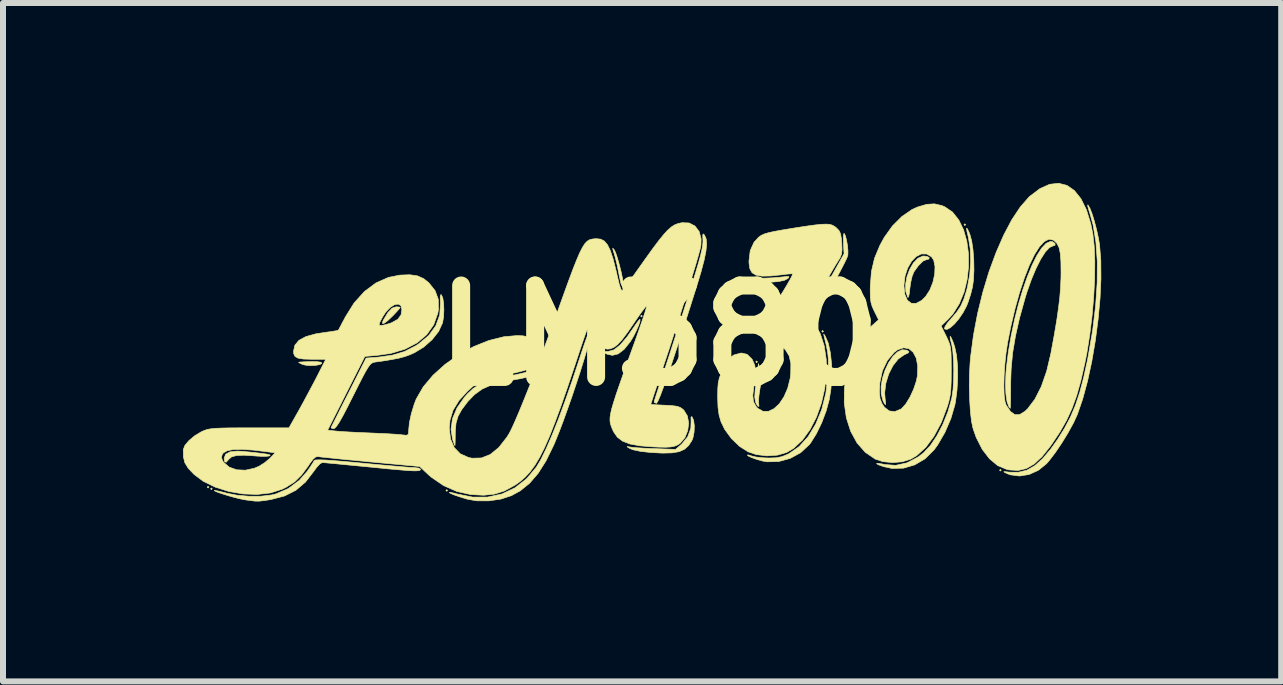
<source format=kicad_pcb>
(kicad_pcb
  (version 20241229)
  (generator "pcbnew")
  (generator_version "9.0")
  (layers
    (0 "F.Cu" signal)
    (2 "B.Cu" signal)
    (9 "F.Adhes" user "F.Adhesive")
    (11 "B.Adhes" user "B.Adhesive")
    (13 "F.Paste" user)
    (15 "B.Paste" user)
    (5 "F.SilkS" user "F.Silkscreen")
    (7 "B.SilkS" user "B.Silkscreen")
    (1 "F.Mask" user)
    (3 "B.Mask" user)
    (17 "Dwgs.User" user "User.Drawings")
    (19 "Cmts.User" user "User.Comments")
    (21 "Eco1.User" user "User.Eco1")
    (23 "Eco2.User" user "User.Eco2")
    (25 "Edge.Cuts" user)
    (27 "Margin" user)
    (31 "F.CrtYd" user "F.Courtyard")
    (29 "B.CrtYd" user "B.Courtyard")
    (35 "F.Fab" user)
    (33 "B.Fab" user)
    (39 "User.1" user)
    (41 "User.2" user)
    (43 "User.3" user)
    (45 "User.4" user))
  (footprint "LM380"
    (layer "F.Cu")
    (at 7.939 2.544)
    (property "Reference" "LM380" (at 0 0 0) (layer "F.SilkS") (effects (font (size 1.524 1.524) (thickness 0.3))))
    (attr through_hole)
    (fp_poly (pts (xy -7.507 2.526) (xy -7.521 2.54) (xy -7.535 2.526) (xy -7.521 2.512) (xy -7.507 2.526)) (stroke (width 0.01) (type solid)) (fill yes) (layer "F.SilkS"))
    (fp_poly (pts (xy -7.451 2.554) (xy -7.465 2.568) (xy -7.479 2.554) (xy -7.465 2.54) (xy -7.451 2.554)) (stroke (width 0.01) (type solid)) (fill yes) (layer "F.SilkS"))
    (fp_poly (pts (xy -3.528 2.582) (xy -3.542 2.596) (xy -3.556 2.582) (xy -3.542 2.568) (xy -3.528 2.582)) (stroke (width 0.01) (type solid)) (fill yes) (layer "F.SilkS"))
    (fp_poly (pts (xy -0.282 -0.325) (xy -0.296 -0.31) (xy -0.31 -0.325) (xy -0.296 -0.339) (xy -0.282 -0.325)) (stroke (width 0.01) (type solid)) (fill yes) (layer "F.SilkS"))
    (fp_poly (pts (xy 1.637 0.437) (xy 1.623 0.452) (xy 1.609 0.437) (xy 1.623 0.423) (xy 1.637 0.437)) (stroke (width 0.01) (type solid)) (fill yes) (layer "F.SilkS"))
    (fp_poly (pts (xy 2.738 -0.071) (xy 2.723 -0.056) (xy 2.709 -0.071) (xy 2.723 -0.085) (xy 2.738 -0.071)) (stroke (width 0.01) (type solid)) (fill yes) (layer "F.SilkS"))
    (fp_poly (pts (xy 5.108 -1.849) (xy 5.094 -1.834) (xy 5.08 -1.849) (xy 5.094 -1.863) (xy 5.108 -1.849)) (stroke (width 0.01) (type solid)) (fill yes) (layer "F.SilkS"))
    (fp_poly (pts (xy 5.701 2.244) (xy 5.687 2.258) (xy 5.673 2.244) (xy 5.687 2.23) (xy 5.701 2.244)) (stroke (width 0.01) (type solid)) (fill yes) (layer "F.SilkS"))
    (fp_poly (pts (xy -1.98 0.181) (xy -1.95 0.207) (xy -1.947 0.213) (xy -1.961 0.225) (xy -1.989 0.199) (xy -1.992 0.193) (xy -1.996 0.174) (xy -1.98 0.181)) (stroke (width 0.01) (type solid)) (fill yes) (layer "F.SilkS"))
    (fp_poly (pts (xy -4.334 -0.476) (xy -4.318 -0.468) (xy -4.336 -0.444) (xy -4.383 -0.391) (xy -4.444 -0.327) (xy -4.526 -0.249) (xy -4.584 -0.206) (xy -4.613 -0.2) (xy -4.61 -0.233) (xy -4.597 -0.261) (xy -4.522 -0.385) (xy -4.453 -0.457) (xy -4.387 -0.48) (xy -4.334 -0.476)) (stroke (width 0.01) (type solid)) (fill yes) (layer "F.SilkS"))
    (fp_poly (pts (xy -5.699 0.435) (xy -5.637 0.444) (xy -5.624 0.462) (xy -5.657 0.483) (xy -5.727 0.496) (xy -5.813 0.5) (xy -5.897 0.493) (xy -5.948 0.48) (xy -5.996 0.457) (xy -6.011 0.445) (xy -5.985 0.441) (xy -5.917 0.437) (xy -5.821 0.434) (xy -5.812 0.433) (xy -5.699 0.435)) (stroke (width 0.01) (type solid)) (fill yes) (layer "F.SilkS"))
    (fp_poly (pts (xy 2.162 -0.983) (xy 2.157 -0.966) (xy 2.145 -0.952) (xy 2.085 -0.921) (xy 1.988 -0.901) (xy 1.876 -0.891) (xy 1.768 -0.896) (xy 1.684 -0.915) (xy 1.679 -0.917) (xy 1.634 -0.938) (xy 1.625 -0.95) (xy 1.66 -0.955) (xy 1.745 -0.957) (xy 1.753 -0.957) (xy 1.874 -0.962) (xy 2 -0.972) (xy 2.049 -0.977) (xy 2.129 -0.986) (xy 2.162 -0.983)) (stroke (width 0.01) (type solid)) (fill yes) (layer "F.SilkS"))
    (fp_poly (pts (xy 1.685 0.573) (xy 1.702 0.653) (xy 1.701 0.743) (xy 1.683 0.864) (xy 1.68 0.878) (xy 1.664 0.985) (xy 1.655 1.075) (xy 1.657 1.13) (xy 1.657 1.13) (xy 1.663 1.177) (xy 1.647 1.18) (xy 1.621 1.143) (xy 1.606 1.109) (xy 1.592 1.024) (xy 1.6 0.899) (xy 1.608 0.848) (xy 1.625 0.734) (xy 1.639 0.627) (xy 1.645 0.564) (xy 1.653 0.466) (xy 1.685 0.573)) (stroke (width 0.01) (type solid)) (fill yes) (layer "F.SilkS"))
    (fp_poly (pts (xy -0.756 -1.438) (xy -0.749 -1.428) (xy -0.727 -1.382) (xy -0.699 -1.3) (xy -0.669 -1.195) (xy -0.64 -1.083) (xy -0.617 -0.976) (xy -0.601 -0.89) (xy -0.598 -0.838) (xy -0.6 -0.83) (xy -0.625 -0.833) (xy -0.628 -0.838) (xy -0.64 -0.875) (xy -0.657 -0.952) (xy -0.677 -1.052) (xy -0.678 -1.058) (xy -0.702 -1.178) (xy -0.73 -1.292) (xy -0.752 -1.369) (xy -0.773 -1.436) (xy -0.775 -1.456) (xy -0.756 -1.438)) (stroke (width 0.01) (type solid)) (fill yes) (layer "F.SilkS"))
    (fp_poly (pts (xy -6.929 1.931) (xy -6.753 1.949) (xy -6.627 1.964) (xy -6.545 1.975) (xy -6.5 1.985) (xy -6.485 1.995) (xy -6.494 2.005) (xy -6.54 2.012) (xy -6.625 2.013) (xy -6.731 2.007) (xy -6.748 2.005) (xy -6.921 1.994) (xy -7.046 1.999) (xy -7.129 2.022) (xy -7.177 2.063) (xy -7.177 2.064) (xy -7.218 2.111) (xy -7.244 2.103) (xy -7.253 2.045) (xy -7.228 1.978) (xy -7.154 1.938) (xy -7.031 1.925) (xy -6.929 1.931)) (stroke (width 0.01) (type solid)) (fill yes) (layer "F.SilkS"))
    (fp_poly (pts (xy -0.32 -0.272) (xy -0.321 -0.239) (xy -0.343 -0.171) (xy -0.381 -0.083) (xy -0.427 0.009) (xy -0.476 0.091) (xy -0.481 0.099) (xy -0.585 0.229) (xy -0.684 0.305) (xy -0.782 0.329) (xy -0.868 0.31) (xy -0.921 0.284) (xy -0.92 0.269) (xy -0.865 0.264) (xy -0.846 0.263) (xy -0.754 0.237) (xy -0.652 0.157) (xy -0.537 0.023) (xy -0.447 -0.106) (xy -0.39 -0.189) (xy -0.346 -0.249) (xy -0.321 -0.273) (xy -0.32 -0.272)) (stroke (width 0.01) (type solid)) (fill yes) (layer "F.SilkS"))
    (fp_poly (pts (xy 4.473 -1.316) (xy 4.501 -1.298) (xy 4.494 -1.275) (xy 4.466 -1.27) (xy 4.4 -1.244) (xy 4.321 -1.167) (xy 4.246 -1.063) (xy 4.215 -0.987) (xy 4.19 -0.878) (xy 4.179 -0.795) (xy 4.169 -0.705) (xy 4.157 -0.648) (xy 4.145 -0.634) (xy 4.145 -0.635) (xy 4.11 -0.733) (xy 4.106 -0.852) (xy 4.129 -0.979) (xy 4.174 -1.103) (xy 4.236 -1.21) (xy 4.311 -1.288) (xy 4.393 -1.325) (xy 4.412 -1.326) (xy 4.473 -1.316)) (stroke (width 0.01) (type solid)) (fill yes) (layer "F.SilkS"))
    (fp_poly (pts (xy 4.126 0.243) (xy 4.138 0.249) (xy 4.164 0.269) (xy 4.15 0.289) (xy 4.09 0.318) (xy 4.084 0.32) (xy 3.985 0.389) (xy 3.896 0.501) (xy 3.825 0.641) (xy 3.777 0.796) (xy 3.758 0.952) (xy 3.765 1.049) (xy 3.775 1.128) (xy 3.77 1.153) (xy 3.749 1.125) (xy 3.73 1.085) (xy 3.7 0.974) (xy 3.698 0.846) (xy 3.721 0.711) (xy 3.764 0.577) (xy 3.822 0.454) (xy 3.892 0.35) (xy 3.969 0.275) (xy 4.048 0.236) (xy 4.126 0.243)) (stroke (width 0.01) (type solid)) (fill yes) (layer "F.SilkS"))
    (fp_poly (pts (xy 0.546 1.353) (xy 0.573 1.412) (xy 0.585 1.504) (xy 0.581 1.609) (xy 0.562 1.705) (xy 0.545 1.748) (xy 0.489 1.834) (xy 0.421 1.895) (xy 0.331 1.935) (xy 0.212 1.955) (xy 0.054 1.959) (xy -0.141 1.949) (xy -0.311 1.93) (xy -0.435 1.904) (xy -0.494 1.88) (xy -0.535 1.854) (xy -0.532 1.848) (xy -0.522 1.851) (xy -0.473 1.86) (xy -0.381 1.869) (xy -0.258 1.877) (xy -0.116 1.884) (xy -0.096 1.884) (xy 0.273 1.897) (xy 0.375 1.808) (xy 0.475 1.686) (xy 0.527 1.544) (xy 0.531 1.423) (xy 0.529 1.362) (xy 0.542 1.35) (xy 0.546 1.353)) (stroke (width 0.01) (type solid)) (fill yes) (layer "F.SilkS"))
    (fp_poly (pts (xy 3.102 -1.667) (xy 3.122 -1.592) (xy 3.138 -1.5) (xy 3.146 -1.41) (xy 3.144 -1.341) (xy 3.142 -1.332) (xy 3.123 -1.283) (xy 3.08 -1.195) (xy 3.019 -1.077) (xy 2.945 -0.939) (xy 2.878 -0.818) (xy 2.797 -0.673) (xy 2.724 -0.543) (xy 2.664 -0.435) (xy 2.623 -0.361) (xy 2.606 -0.33) (xy 2.579 -0.296) (xy 2.55 -0.312) (xy 2.547 -0.316) (xy 2.542 -0.341) (xy 2.555 -0.389) (xy 2.587 -0.465) (xy 2.642 -0.575) (xy 2.722 -0.723) (xy 2.798 -0.859) (xy 3.081 -1.365) (xy 3.071 -1.54) (xy 3.069 -1.629) (xy 3.073 -1.688) (xy 3.081 -1.705) (xy 3.102 -1.667)) (stroke (width 0.01) (type solid)) (fill yes) (layer "F.SilkS"))
    (fp_poly (pts (xy 5.132 -1.787) (xy 5.16 -1.732) (xy 5.178 -1.687) (xy 5.208 -1.579) (xy 5.23 -1.432) (xy 5.243 -1.264) (xy 5.246 -1.09) (xy 5.238 -0.929) (xy 5.223 -0.816) (xy 5.192 -0.691) (xy 5.15 -0.562) (xy 5.124 -0.495) (xy 5.066 -0.385) (xy 4.997 -0.283) (xy 4.924 -0.196) (xy 4.854 -0.133) (xy 4.796 -0.102) (xy 4.758 -0.11) (xy 4.755 -0.114) (xy 4.763 -0.148) (xy 4.803 -0.209) (xy 4.863 -0.279) (xy 4.956 -0.387) (xy 5.024 -0.488) (xy 5.076 -0.603) (xy 5.122 -0.748) (xy 5.138 -0.81) (xy 5.176 -1.018) (xy 5.191 -1.24) (xy 5.183 -1.455) (xy 5.153 -1.638) (xy 5.129 -1.74) (xy 5.122 -1.79) (xy 5.132 -1.787)) (stroke (width 0.01) (type solid)) (fill yes) (layer "F.SilkS"))
    (fp_poly (pts (xy 6.556 -1.565) (xy 6.597 -1.536) (xy 6.599 -1.507) (xy 6.567 -1.496) (xy 6.506 -1.469) (xy 6.436 -1.394) (xy 6.36 -1.276) (xy 6.282 -1.121) (xy 6.204 -0.936) (xy 6.13 -0.727) (xy 6.1 -0.63) (xy 6.006 -0.293) (xy 5.938 0.009) (xy 5.891 0.288) (xy 5.866 0.558) (xy 5.858 0.797) (xy 5.857 0.943) (xy 5.856 1.067) (xy 5.854 1.158) (xy 5.852 1.208) (xy 5.851 1.213) (xy 5.834 1.194) (xy 5.829 1.187) (xy 5.798 1.103) (xy 5.779 0.975) (xy 5.772 0.815) (xy 5.779 0.634) (xy 5.786 0.545) (xy 5.82 0.271) (xy 5.867 -0.002) (xy 5.924 -0.27) (xy 5.989 -0.526) (xy 6.061 -0.766) (xy 6.137 -0.984) (xy 6.216 -1.176) (xy 6.295 -1.335) (xy 6.374 -1.458) (xy 6.449 -1.537) (xy 6.519 -1.569) (xy 6.556 -1.565)) (stroke (width 0.01) (type solid)) (fill yes) (layer "F.SilkS"))
    (fp_poly (pts (xy -2.103 0.585) (xy -2.128 0.636) (xy -2.131 0.64) (xy -2.169 0.675) (xy -2.237 0.701) (xy -2.345 0.724) (xy -2.391 0.731) (xy -2.621 0.773) (xy -2.806 0.825) (xy -2.956 0.894) (xy -3.08 0.984) (xy -3.191 1.099) (xy -3.196 1.106) (xy -3.293 1.235) (xy -3.354 1.346) (xy -3.387 1.457) (xy -3.399 1.589) (xy -3.4 1.63) (xy -3.401 1.729) (xy -3.403 1.802) (xy -3.405 1.834) (xy -3.406 1.834) (xy -3.417 1.811) (xy -3.438 1.751) (xy -3.444 1.732) (xy -3.471 1.563) (xy -3.446 1.384) (xy -3.37 1.204) (xy -3.247 1.027) (xy -3.188 0.962) (xy -3.104 0.884) (xy -3.013 0.823) (xy -2.904 0.774) (xy -2.765 0.731) (xy -2.586 0.691) (xy -2.512 0.677) (xy -2.38 0.65) (xy -2.268 0.624) (xy -2.187 0.601) (xy -2.151 0.586) (xy -2.112 0.566) (xy -2.103 0.585)) (stroke (width 0.01) (type solid)) (fill yes) (layer "F.SilkS"))
    (fp_poly (pts (xy 0.748 -1.683) (xy 0.755 -1.674) (xy 0.782 -1.614) (xy 0.79 -1.528) (xy 0.779 -1.41) (xy 0.748 -1.256) (xy 0.696 -1.06) (xy 0.634 -0.854) (xy 0.514 -0.473) (xy 0.403 -0.127) (xy 0.302 0.182) (xy 0.213 0.452) (xy 0.135 0.68) (xy 0.069 0.864) (xy 0.017 1.002) (xy -0.021 1.09) (xy -0.044 1.128) (xy -0.047 1.129) (xy -0.081 1.116) (xy -0.085 1.107) (xy -0.076 1.073) (xy -0.052 0.996) (xy -0.017 0.887) (xy 0.027 0.755) (xy 0.044 0.704) (xy 0.085 0.581) (xy 0.14 0.413) (xy 0.205 0.213) (xy 0.277 -0.01) (xy 0.353 -0.245) (xy 0.429 -0.482) (xy 0.455 -0.564) (xy 0.536 -0.821) (xy 0.6 -1.029) (xy 0.65 -1.196) (xy 0.686 -1.326) (xy 0.71 -1.426) (xy 0.724 -1.502) (xy 0.729 -1.559) (xy 0.729 -1.588) (xy 0.725 -1.665) (xy 0.731 -1.695) (xy 0.748 -1.683)) (stroke (width 0.01) (type solid)) (fill yes) (layer "F.SilkS"))
    (fp_poly (pts (xy 4.872 0.045) (xy 4.901 0.115) (xy 4.926 0.19) (xy 4.956 0.331) (xy 4.973 0.51) (xy 4.975 0.71) (xy 4.963 0.915) (xy 4.938 1.107) (xy 4.928 1.156) (xy 4.861 1.385) (xy 4.762 1.615) (xy 4.641 1.823) (xy 4.581 1.905) (xy 4.432 2.053) (xy 4.259 2.155) (xy 4.071 2.21) (xy 3.878 2.214) (xy 3.744 2.185) (xy 3.655 2.154) (xy 3.622 2.134) (xy 3.643 2.129) (xy 3.717 2.14) (xy 3.754 2.149) (xy 3.941 2.163) (xy 4.128 2.122) (xy 4.313 2.025) (xy 4.404 1.956) (xy 4.517 1.836) (xy 4.627 1.672) (xy 4.728 1.479) (xy 4.812 1.269) (xy 4.873 1.056) (xy 4.88 1.022) (xy 4.898 0.897) (xy 4.907 0.743) (xy 4.91 0.574) (xy 4.905 0.407) (xy 4.894 0.26) (xy 4.876 0.149) (xy 4.871 0.132) (xy 4.852 0.059) (xy 4.848 0.017) (xy 4.853 0.013) (xy 4.872 0.045)) (stroke (width 0.01) (type solid)) (fill yes) (layer "F.SilkS"))
    (fp_poly (pts (xy 2.752 -0.014) (xy 2.768 0.011) (xy 2.818 0.128) (xy 2.853 0.288) (xy 2.873 0.476) (xy 2.876 0.68) (xy 2.862 0.889) (xy 2.834 1.067) (xy 2.782 1.258) (xy 2.708 1.454) (xy 2.619 1.637) (xy 2.525 1.788) (xy 2.501 1.818) (xy 2.357 1.952) (xy 2.183 2.047) (xy 1.993 2.099) (xy 1.799 2.104) (xy 1.722 2.091) (xy 1.628 2.065) (xy 1.544 2.035) (xy 1.485 2.008) (xy 1.468 1.991) (xy 1.49 1.99) (xy 1.544 2.008) (xy 1.545 2.008) (xy 1.613 2.024) (xy 1.715 2.036) (xy 1.82 2.041) (xy 1.947 2.037) (xy 2.044 2.018) (xy 2.139 1.98) (xy 2.161 1.969) (xy 2.332 1.85) (xy 2.482 1.684) (xy 2.608 1.476) (xy 2.708 1.234) (xy 2.777 0.963) (xy 2.813 0.669) (xy 2.815 0.644) (xy 2.82 0.501) (xy 2.819 0.388) (xy 2.808 0.284) (xy 2.786 0.167) (xy 2.75 0.018) (xy 2.749 0.014) (xy 2.741 -0.025) (xy 2.752 -0.014)) (stroke (width 0.01) (type solid)) (fill yes) (layer "F.SilkS"))
    (fp_poly (pts (xy -1.137 -0.087) (xy -1.135 -0.071) (xy -1.142 -0.011) (xy -1.166 0.093) (xy -1.205 0.235) (xy -1.256 0.406) (xy -1.316 0.599) (xy -1.384 0.805) (xy -1.455 1.017) (xy -1.529 1.227) (xy -1.601 1.427) (xy -1.67 1.609) (xy -1.733 1.765) (xy -1.759 1.826) (xy -1.886 2.086) (xy -2.018 2.295) (xy -2.16 2.46) (xy -2.316 2.587) (xy -2.464 2.668) (xy -2.641 2.726) (xy -2.843 2.755) (xy -3.046 2.754) (xy -3.203 2.726) (xy -3.332 2.686) (xy -3.43 2.652) (xy -3.488 2.626) (xy -3.5 2.614) (xy -3.475 2.614) (xy -3.415 2.628) (xy -3.376 2.639) (xy -3.112 2.692) (xy -2.86 2.692) (xy -2.622 2.64) (xy -2.404 2.537) (xy -2.209 2.384) (xy -2.049 2.193) (xy -1.973 2.066) (xy -1.886 1.888) (xy -1.788 1.663) (xy -1.681 1.394) (xy -1.568 1.087) (xy -1.448 0.744) (xy -1.378 0.533) (xy -1.307 0.318) (xy -1.252 0.153) (xy -1.209 0.033) (xy -1.178 -0.046) (xy -1.157 -0.09) (xy -1.144 -0.102) (xy -1.137 -0.087)) (stroke (width 0.01) (type solid)) (fill yes) (layer "F.SilkS"))
    (fp_poly (pts (xy -3.631 -0.679) (xy -3.608 -0.627) (xy -3.594 -0.537) (xy -3.59 -0.427) (xy -3.595 -0.314) (xy -3.611 -0.216) (xy -3.613 -0.21) (xy -3.677 -0.07) (xy -3.785 0.067) (xy -3.925 0.191) (xy -4.076 0.283) (xy -4.158 0.32) (xy -4.241 0.35) (xy -4.339 0.376) (xy -4.463 0.4) (xy -4.624 0.426) (xy -4.735 0.441) (xy -4.766 0.448) (xy -4.794 0.461) (xy -4.823 0.488) (xy -4.857 0.536) (xy -4.9 0.609) (xy -4.957 0.716) (xy -5.031 0.862) (xy -5.102 1.003) (xy -5.199 1.196) (xy -5.275 1.341) (xy -5.334 1.445) (xy -5.378 1.511) (xy -5.41 1.545) (xy -5.428 1.552) (xy -5.466 1.543) (xy -5.47 1.531) (xy -5.455 1.501) (xy -5.418 1.428) (xy -5.363 1.319) (xy -5.295 1.182) (xy -5.215 1.025) (xy -5.173 0.943) (xy -4.886 0.375) (xy -4.68 0.359) (xy -4.447 0.326) (xy -4.247 0.266) (xy -4.063 0.172) (xy -4.014 0.141) (xy -3.843 -0.001) (xy -3.725 -0.163) (xy -3.659 -0.343) (xy -3.646 -0.542) (xy -3.647 -0.554) (xy -3.651 -0.646) (xy -3.642 -0.683) (xy -3.631 -0.679)) (stroke (width 0.01) (type solid)) (fill yes) (layer "F.SilkS"))
    (fp_poly (pts (xy 7.146 -2.178) (xy 7.178 -2.126) (xy 7.215 -2.031) (xy 7.253 -1.907) (xy 7.29 -1.767) (xy 7.321 -1.625) (xy 7.34 -1.51) (xy 7.361 -1.25) (xy 7.363 -0.949) (xy 7.348 -0.619) (xy 7.316 -0.272) (xy 7.27 0.081) (xy 7.211 0.427) (xy 7.14 0.757) (xy 7.059 1.056) (xy 6.97 1.315) (xy 6.97 1.315) (xy 6.905 1.456) (xy 6.815 1.62) (xy 6.711 1.79) (xy 6.602 1.951) (xy 6.5 2.085) (xy 6.453 2.138) (xy 6.319 2.246) (xy 6.166 2.315) (xy 6.006 2.341) (xy 5.853 2.321) (xy 5.8 2.301) (xy 5.751 2.277) (xy 5.744 2.268) (xy 5.785 2.27) (xy 5.842 2.277) (xy 5.99 2.278) (xy 6.128 2.244) (xy 6.26 2.169) (xy 6.392 2.051) (xy 6.531 1.885) (xy 6.642 1.728) (xy 6.757 1.543) (xy 6.854 1.359) (xy 6.937 1.164) (xy 7.009 0.948) (xy 7.075 0.699) (xy 7.139 0.407) (xy 7.15 0.348) (xy 7.224 -0.081) (xy 7.274 -0.493) (xy 7.3 -0.88) (xy 7.302 -1.238) (xy 7.279 -1.56) (xy 7.233 -1.842) (xy 7.187 -2.008) (xy 7.159 -2.098) (xy 7.143 -2.159) (xy 7.144 -2.18) (xy 7.146 -2.178)) (stroke (width 0.01) (type solid)) (fill yes) (layer "F.SilkS"))
    (fp_poly (pts (xy -5.548 2.075) (xy -5.388 2.087) (xy -5.178 2.105) (xy -4.951 2.126) (xy -4.742 2.146) (xy -4.546 2.164) (xy -4.373 2.179) (xy -4.232 2.191) (xy -4.129 2.199) (xy -4.073 2.202) (xy -4.071 2.202) (xy -4.009 2.209) (xy -3.98 2.227) (xy -3.979 2.23) (xy -3.984 2.242) (xy -4.003 2.25) (xy -4.042 2.254) (xy -4.106 2.254) (xy -4.2 2.249) (xy -4.331 2.238) (xy -4.503 2.223) (xy -4.723 2.201) (xy -4.868 2.187) (xy -5.064 2.168) (xy -5.242 2.151) (xy -5.395 2.136) (xy -5.514 2.125) (xy -5.592 2.118) (xy -5.619 2.117) (xy -5.657 2.139) (xy -5.71 2.196) (xy -5.752 2.254) (xy -5.896 2.441) (xy -6.058 2.579) (xy -6.247 2.674) (xy -6.474 2.733) (xy -6.491 2.736) (xy -6.596 2.752) (xy -6.671 2.76) (xy -6.739 2.759) (xy -6.822 2.749) (xy -6.904 2.738) (xy -6.983 2.722) (xy -7.082 2.698) (xy -7.188 2.668) (xy -7.286 2.637) (xy -7.365 2.61) (xy -7.411 2.589) (xy -7.417 2.581) (xy -7.387 2.584) (xy -7.318 2.599) (xy -7.223 2.623) (xy -7.211 2.627) (xy -7.036 2.661) (xy -6.841 2.678) (xy -6.645 2.678) (xy -6.47 2.658) (xy -6.389 2.639) (xy -6.184 2.55) (xy -6.001 2.414) (xy -5.871 2.266) (xy -5.813 2.183) (xy -5.77 2.116) (xy -5.75 2.081) (xy -5.726 2.073) (xy -5.66 2.071) (xy -5.548 2.075)) (stroke (width 0.01) (type solid)) (fill yes) (layer "F.SilkS"))
    (fp_poly (pts (xy 6.796 -2.504) (xy 6.921 -2.417) (xy 7.03 -2.281) (xy 7.122 -2.095) (xy 7.194 -1.862) (xy 7.228 -1.693) (xy 7.251 -1.485) (xy 7.261 -1.233) (xy 7.258 -0.948) (xy 7.242 -0.642) (xy 7.215 -0.326) (xy 7.176 -0.011) (xy 7.128 0.293) (xy 7.095 0.458) (xy 7.029 0.748) (xy 6.96 0.995) (xy 6.882 1.212) (xy 6.791 1.41) (xy 6.681 1.604) (xy 6.547 1.805) (xy 6.521 1.842) (xy 6.382 2.017) (xy 6.25 2.14) (xy 6.119 2.216) (xy 5.982 2.248) (xy 5.832 2.239) (xy 5.789 2.229) (xy 5.641 2.167) (xy 5.505 2.053) (xy 5.384 1.896) (xy 5.284 1.699) (xy 5.232 1.552) (xy 5.206 1.432) (xy 5.187 1.269) (xy 5.175 1.076) (xy 5.169 0.866) (xy 5.169 0.836) (xy 5.745 0.836) (xy 5.749 0.984) (xy 5.763 1.096) (xy 5.782 1.157) (xy 5.856 1.266) (xy 5.929 1.319) (xy 6.007 1.317) (xy 6.095 1.263) (xy 6.14 1.221) (xy 6.262 1.06) (xy 6.369 0.849) (xy 6.459 0.591) (xy 6.53 0.29) (xy 6.531 0.282) (xy 6.584 -0.005) (xy 6.625 -0.247) (xy 6.655 -0.455) (xy 6.677 -0.637) (xy 6.69 -0.805) (xy 6.697 -0.967) (xy 6.698 -1.044) (xy 6.696 -1.229) (xy 6.686 -1.367) (xy 6.665 -1.466) (xy 6.631 -1.535) (xy 6.582 -1.583) (xy 6.568 -1.592) (xy 6.497 -1.607) (xy 6.42 -1.569) (xy 6.339 -1.483) (xy 6.256 -1.352) (xy 6.172 -1.179) (xy 6.089 -0.968) (xy 6.008 -0.724) (xy 5.931 -0.449) (xy 5.86 -0.147) (xy 5.808 0.113) (xy 5.781 0.291) (xy 5.761 0.479) (xy 5.749 0.664) (xy 5.745 0.836) (xy 5.169 0.836) (xy 5.171 0.653) (xy 5.182 0.449) (xy 5.19 0.357) (xy 5.238 -0.006) (xy 5.307 -0.369) (xy 5.394 -0.723) (xy 5.497 -1.064) (xy 5.614 -1.382) (xy 5.741 -1.673) (xy 5.876 -1.929) (xy 6.018 -2.143) (xy 6.162 -2.308) (xy 6.181 -2.325) (xy 6.348 -2.451) (xy 6.508 -2.522) (xy 6.658 -2.539) (xy 6.796 -2.504)) (stroke (width 0.01) (type solid)) (fill yes) (layer "F.SilkS"))
    (fp_poly (pts (xy 4.712 -2.167) (xy 4.759 -2.147) (xy 4.889 -2.059) (xy 4.993 -1.928) (xy 5.073 -1.763) (xy 5.127 -1.573) (xy 5.155 -1.365) (xy 5.156 -1.149) (xy 5.132 -0.932) (xy 5.081 -0.723) (xy 5.002 -0.531) (xy 4.897 -0.363) (xy 4.821 -0.278) (xy 4.699 -0.161) (xy 4.784 0.01) (xy 4.817 0.081) (xy 4.841 0.141) (xy 4.855 0.204) (xy 4.864 0.282) (xy 4.867 0.389) (xy 4.868 0.536) (xy 4.868 0.578) (xy 4.867 0.749) (xy 4.862 0.88) (xy 4.851 0.984) (xy 4.833 1.076) (xy 4.806 1.172) (xy 4.802 1.184) (xy 4.702 1.449) (xy 4.581 1.677) (xy 4.443 1.863) (xy 4.292 2) (xy 4.193 2.059) (xy 4.053 2.103) (xy 3.89 2.117) (xy 3.728 2.101) (xy 3.599 2.058) (xy 3.434 1.945) (xy 3.297 1.789) (xy 3.191 1.595) (xy 3.119 1.37) (xy 3.084 1.122) (xy 3.086 0.946) (xy 3.67 0.946) (xy 3.681 1.05) (xy 3.713 1.133) (xy 3.755 1.195) (xy 3.834 1.256) (xy 3.928 1.267) (xy 4.028 1.225) (xy 4.044 1.213) (xy 4.111 1.138) (xy 4.18 1.025) (xy 4.241 0.893) (xy 4.286 0.758) (xy 4.304 0.668) (xy 4.309 0.508) (xy 4.284 0.376) (xy 4.233 0.278) (xy 4.161 0.218) (xy 4.074 0.203) (xy 3.977 0.235) (xy 3.916 0.28) (xy 3.803 0.414) (xy 3.721 0.585) (xy 3.678 0.779) (xy 3.676 0.805) (xy 3.67 0.946) (xy 3.086 0.946) (xy 3.087 0.874) (xy 3.127 0.614) (xy 3.2 0.367) (xy 3.302 0.144) (xy 3.427 -0.044) (xy 3.525 -0.147) (xy 3.656 -0.264) (xy 3.585 -0.407) (xy 3.55 -0.484) (xy 3.529 -0.556) (xy 3.519 -0.64) (xy 3.517 -0.756) (xy 3.518 -0.818) (xy 3.519 -0.829) (xy 4.079 -0.829) (xy 4.094 -0.687) (xy 4.136 -0.59) (xy 4.201 -0.539) (xy 4.282 -0.537) (xy 4.374 -0.586) (xy 4.441 -0.652) (xy 4.511 -0.76) (xy 4.562 -0.889) (xy 4.592 -1.024) (xy 4.597 -1.15) (xy 4.576 -1.255) (xy 4.539 -1.313) (xy 4.456 -1.361) (xy 4.368 -1.361) (xy 4.282 -1.317) (xy 4.205 -1.237) (xy 4.141 -1.126) (xy 4.097 -0.992) (xy 4.079 -0.84) (xy 4.079 -0.829) (xy 3.519 -0.829) (xy 3.537 -1.068) (xy 3.589 -1.29) (xy 3.68 -1.507) (xy 3.75 -1.635) (xy 3.886 -1.826) (xy 4.045 -1.985) (xy 4.215 -2.102) (xy 4.306 -2.143) (xy 4.459 -2.188) (xy 4.587 -2.196) (xy 4.712 -2.167)) (stroke (width 0.01) (type solid)) (fill yes) (layer "F.SilkS"))
    (fp_poly (pts (xy 2.846 -1.853) (xy 2.892 -1.838) (xy 2.931 -1.814) (xy 2.953 -1.796) (xy 2.997 -1.751) (xy 3.022 -1.698) (xy 3.036 -1.619) (xy 3.043 -1.541) (xy 3.047 -1.432) (xy 3.039 -1.358) (xy 3.014 -1.296) (xy 2.984 -1.248) (xy 2.947 -1.189) (xy 2.893 -1.098) (xy 2.827 -0.984) (xy 2.755 -0.856) (xy 2.681 -0.726) (xy 2.612 -0.602) (xy 2.553 -0.493) (xy 2.509 -0.41) (xy 2.486 -0.363) (xy 2.484 -0.356) (xy 2.499 -0.326) (xy 2.54 -0.267) (xy 2.582 -0.211) (xy 2.683 -0.035) (xy 2.75 0.171) (xy 2.784 0.399) (xy 2.786 0.64) (xy 2.758 0.886) (xy 2.703 1.127) (xy 2.622 1.356) (xy 2.516 1.563) (xy 2.389 1.74) (xy 2.241 1.878) (xy 2.126 1.947) (xy 1.971 1.993) (xy 1.794 2.005) (xy 1.616 1.983) (xy 1.481 1.937) (xy 1.338 1.846) (xy 1.202 1.715) (xy 1.091 1.563) (xy 1.03 1.437) (xy 0.998 1.326) (xy 0.98 1.199) (xy 0.974 1.037) (xy 0.974 1.016) (xy 0.976 0.883) (xy 0.984 0.785) (xy 1.003 0.704) (xy 1.036 0.619) (xy 1.064 0.558) (xy 1.122 0.446) (xy 1.175 0.375) (xy 1.234 0.33) (xy 1.251 0.321) (xy 1.366 0.29) (xy 1.464 0.312) (xy 1.543 0.388) (xy 1.553 0.403) (xy 1.593 0.496) (xy 1.607 0.61) (xy 1.594 0.756) (xy 1.577 0.854) (xy 1.559 0.998) (xy 1.572 1.105) (xy 1.619 1.188) (xy 1.643 1.213) (xy 1.729 1.262) (xy 1.822 1.262) (xy 1.914 1.218) (xy 2.002 1.136) (xy 2.079 1.021) (xy 2.141 0.879) (xy 2.182 0.716) (xy 2.192 0.632) (xy 2.194 0.468) (xy 2.167 0.341) (xy 2.103 0.236) (xy 1.997 0.14) (xy 1.977 0.125) (xy 1.877 0.047) (xy 1.817 -0.019) (xy 1.787 -0.09) (xy 1.778 -0.181) (xy 1.778 -0.198) (xy 1.789 -0.309) (xy 1.828 -0.405) (xy 1.904 -0.506) (xy 1.918 -0.522) (xy 1.958 -0.573) (xy 2.011 -0.652) (xy 2.07 -0.745) (xy 2.128 -0.842) (xy 2.178 -0.929) (xy 2.213 -0.996) (xy 2.224 -1.029) (xy 2.223 -1.03) (xy 2.193 -1.03) (xy 2.124 -1.024) (xy 2.046 -1.014) (xy 1.856 -0.994) (xy 1.713 -0.991) (xy 1.613 -1.008) (xy 1.547 -1.048) (xy 1.511 -1.113) (xy 1.497 -1.206) (xy 1.496 -1.243) (xy 1.517 -1.417) (xy 1.58 -1.556) (xy 1.658 -1.641) (xy 1.698 -1.669) (xy 1.748 -1.693) (xy 1.818 -1.714) (xy 1.918 -1.736) (xy 2.056 -1.761) (xy 2.219 -1.788) (xy 2.424 -1.82) (xy 2.581 -1.842) (xy 2.698 -1.855) (xy 2.784 -1.858) (xy 2.846 -1.853)) (stroke (width 0.01) (type solid)) (fill yes) (layer "F.SilkS"))
    (fp_poly (pts (xy 0.499 -1.877) (xy 0.596 -1.826) (xy 0.665 -1.736) (xy 0.698 -1.614) (xy 0.695 -1.504) (xy 0.682 -1.444) (xy 0.653 -1.337) (xy 0.61 -1.188) (xy 0.554 -1.005) (xy 0.489 -0.793) (xy 0.416 -0.559) (xy 0.337 -0.308) (xy 0.253 -0.048) (xy 0.168 0.216) (xy 0.081 0.477) (xy 0.015 0.676) (xy -0.036 0.828) (xy -0.08 0.959) (xy -0.114 1.062) (xy -0.135 1.127) (xy -0.141 1.146) (xy -0.115 1.15) (xy -0.046 1.154) (xy 0.054 1.159) (xy 0.098 1.161) (xy 0.219 1.168) (xy 0.298 1.179) (xy 0.352 1.198) (xy 0.395 1.229) (xy 0.412 1.246) (xy 0.47 1.341) (xy 0.491 1.459) (xy 0.475 1.584) (xy 0.428 1.701) (xy 0.35 1.793) (xy 0.304 1.824) (xy 0.254 1.844) (xy 0.193 1.856) (xy 0.109 1.861) (xy -0.01 1.859) (xy -0.116 1.854) (xy -0.326 1.837) (xy -0.488 1.807) (xy -0.61 1.76) (xy -0.698 1.694) (xy -0.761 1.604) (xy -0.788 1.543) (xy -0.804 1.5) (xy -0.816 1.459) (xy -0.821 1.415) (xy -0.82 1.363) (xy -0.81 1.298) (xy -0.791 1.216) (xy -0.76 1.111) (xy -0.717 0.977) (xy -0.66 0.811) (xy -0.588 0.606) (xy -0.5 0.359) (xy -0.397 0.074) (xy -0.338 -0.093) (xy -0.287 -0.241) (xy -0.246 -0.363) (xy -0.219 -0.45) (xy -0.207 -0.495) (xy -0.207 -0.499) (xy -0.226 -0.481) (xy -0.27 -0.425) (xy -0.333 -0.338) (xy -0.408 -0.229) (xy -0.423 -0.206) (xy -0.533 -0.047) (xy -0.621 0.07) (xy -0.694 0.149) (xy -0.757 0.197) (xy -0.817 0.221) (xy -0.866 0.226) (xy -0.959 0.2) (xy -1.031 0.125) (xy -1.077 0.006) (xy -1.087 -0.051) (xy -1.098 -0.133) (xy -1.108 -0.193) (xy -1.121 -0.227) (xy -1.137 -0.231) (xy -1.159 -0.203) (xy -1.188 -0.138) (xy -1.228 -0.033) (xy -1.28 0.116) (xy -1.345 0.312) (xy -1.41 0.508) (xy -1.532 0.871) (xy -1.641 1.184) (xy -1.74 1.452) (xy -1.829 1.679) (xy -1.913 1.869) (xy -1.993 2.028) (xy -2.071 2.159) (xy -2.15 2.267) (xy -2.231 2.356) (xy -2.318 2.432) (xy -2.412 2.498) (xy -2.413 2.498) (xy -2.58 2.589) (xy -2.746 2.642) (xy -2.926 2.661) (xy -3.139 2.65) (xy -3.141 2.65) (xy -3.371 2.599) (xy -3.596 2.5) (xy -3.799 2.361) (xy -3.846 2.32) (xy -3.993 2.182) (xy -4.812 2.106) (xy -5.023 2.085) (xy -5.218 2.067) (xy -5.389 2.05) (xy -5.529 2.035) (xy -5.629 2.025) (xy -5.682 2.018) (xy -5.687 2.017) (xy -5.726 2.023) (xy -5.771 2.062) (xy -5.83 2.14) (xy -5.852 2.175) (xy -5.963 2.325) (xy -6.077 2.437) (xy -6.215 2.525) (xy -6.289 2.562) (xy -6.482 2.623) (xy -6.703 2.648) (xy -6.939 2.639) (xy -7.176 2.598) (xy -7.402 2.526) (xy -7.602 2.428) (xy -7.755 2.313) (xy -7.852 2.211) (xy -7.908 2.119) (xy -7.929 2.033) (xy -7.299 2.033) (xy -7.277 2.089) (xy -7.26 2.113) (xy -7.168 2.193) (xy -7.043 2.237) (xy -6.899 2.244) (xy -6.748 2.211) (xy -6.667 2.176) (xy -6.576 2.118) (xy -6.491 2.047) (xy -6.482 2.038) (xy -6.403 1.954) (xy -6.524 1.938) (xy -6.765 1.909) (xy -6.955 1.896) (xy -7.099 1.899) (xy -7.201 1.919) (xy -7.265 1.955) (xy -7.284 1.98) (xy -7.299 2.033) (xy -7.929 2.033) (xy -7.932 2.018) (xy -7.934 1.9) (xy -7.907 1.831) (xy -7.84 1.751) (xy -7.745 1.671) (xy -7.635 1.605) (xy -7.622 1.598) (xy -7.577 1.579) (xy -7.531 1.564) (xy -7.475 1.554) (xy -7.401 1.546) (xy -7.301 1.542) (xy -7.167 1.539) (xy -6.99 1.538) (xy -6.832 1.538) (xy -6.172 1.538) (xy -6.005 1.242) (xy -5.921 1.089) (xy -5.829 0.917) (xy -5.742 0.754) (xy -5.699 0.67) (xy -5.559 0.395) (xy -5.794 0.395) (xy -5.93 0.391) (xy -6.019 0.377) (xy -6.071 0.348) (xy -6.093 0.301) (xy -6.096 0.261) (xy -6.074 0.161) (xy -6.007 0.08) (xy -5.891 0.017) (xy -5.725 -0.029) (xy -5.578 -0.052) (xy -5.474 -0.066) (xy -5.394 -0.079) (xy -5.353 -0.088) (xy -5.35 -0.089) (xy -5.334 -0.117) (xy -5.299 -0.182) (xy -5.296 -0.19) (xy -4.669 -0.19) (xy -4.662 -0.172) (xy -4.631 -0.169) (xy -4.631 -0.169) (xy -4.569 -0.18) (xy -4.485 -0.205) (xy -4.459 -0.215) (xy -4.357 -0.272) (xy -4.304 -0.345) (xy -4.29 -0.433) (xy -4.306 -0.499) (xy -4.35 -0.525) (xy -4.412 -0.515) (xy -4.484 -0.47) (xy -4.556 -0.396) (xy -4.61 -0.313) (xy -4.653 -0.232) (xy -4.669 -0.19) (xy -5.296 -0.19) (xy -5.251 -0.273) (xy -5.234 -0.307) (xy -5.087 -0.543) (xy -4.915 -0.734) (xy -4.723 -0.877) (xy -4.514 -0.97) (xy -4.324 -1.008) (xy -4.159 -1.014) (xy -4.032 -0.996) (xy -3.928 -0.95) (xy -3.841 -0.881) (xy -3.736 -0.749) (xy -3.683 -0.604) (xy -3.68 -0.438) (xy -3.691 -0.373) (xy -3.759 -0.181) (xy -3.875 -0.016) (xy -4.035 0.12) (xy -4.236 0.225) (xy -4.475 0.297) (xy -4.699 0.329) (xy -4.907 0.347) (xy -5.217 0.961) (xy -5.527 1.576) (xy -5.395 1.591) (xy -5.32 1.598) (xy -5.202 1.605) (xy -5.056 1.613) (xy -4.895 1.62) (xy -4.826 1.623) (xy -4.665 1.63) (xy -4.517 1.637) (xy -4.392 1.645) (xy -4.306 1.652) (xy -4.283 1.655) (xy -4.214 1.662) (xy -4.184 1.648) (xy -4.177 1.603) (xy -4.177 1.584) (xy -4.165 1.453) (xy -4.131 1.297) (xy -4.083 1.14) (xy -4.051 1.058) (xy -3.934 0.855) (xy -3.77 0.66) (xy -3.569 0.479) (xy -3.341 0.319) (xy -3.095 0.184) (xy -2.841 0.082) (xy -2.589 0.019) (xy -2.374 0) (xy -2.27 0.004) (xy -2.201 0.02) (xy -2.143 0.054) (xy -2.113 0.079) (xy -2.052 0.148) (xy -2.027 0.22) (xy -2.024 0.272) (xy -2.034 0.384) (xy -2.069 0.468) (xy -2.135 0.532) (xy -2.241 0.58) (xy -2.393 0.619) (xy -2.471 0.633) (xy -2.664 0.669) (xy -2.813 0.704) (xy -2.929 0.742) (xy -3.024 0.789) (xy -3.108 0.848) (xy -3.193 0.923) (xy -3.34 1.085) (xy -3.437 1.244) (xy -3.488 1.41) (xy -3.5 1.545) (xy -3.479 1.724) (xy -3.417 1.867) (xy -3.317 1.97) (xy -3.179 2.032) (xy -3.121 2.044) (xy -2.964 2.04) (xy -2.815 1.981) (xy -2.674 1.865) (xy -2.54 1.694) (xy -2.499 1.628) (xy -2.459 1.549) (xy -2.402 1.423) (xy -2.331 1.257) (xy -2.249 1.056) (xy -2.158 0.829) (xy -2.061 0.58) (xy -1.96 0.317) (xy -1.858 0.045) (xy -1.757 -0.228) (xy -1.697 -0.395) (xy -1.595 -0.68) (xy -1.509 -0.917) (xy -1.437 -1.11) (xy -1.376 -1.263) (xy -1.325 -1.381) (xy -1.28 -1.469) (xy -1.24 -1.532) (xy -1.201 -1.573) (xy -1.162 -1.597) (xy -1.119 -1.609) (xy -1.072 -1.614) (xy -1.045 -1.615) (xy -0.974 -1.607) (xy -0.914 -1.575) (xy -0.862 -1.513) (xy -0.815 -1.416) (xy -0.769 -1.278) (xy -0.722 -1.093) (xy -0.69 -0.953) (xy -0.666 -0.853) (xy -0.642 -0.781) (xy -0.624 -0.749) (xy -0.62 -0.749) (xy -0.595 -0.776) (xy -0.546 -0.841) (xy -0.477 -0.933) (xy -0.397 -1.045) (xy -0.382 -1.066) (xy -0.231 -1.279) (xy -0.108 -1.45) (xy -0.007 -1.584) (xy 0.076 -1.686) (xy 0.144 -1.76) (xy 0.204 -1.812) (xy 0.258 -1.846) (xy 0.312 -1.867) (xy 0.37 -1.88) (xy 0.38 -1.882) (xy 0.499 -1.877)) (stroke (width 0.01) (type solid)) (fill yes) (layer "F.SilkS")))
  (gr_rect
    (start -3 -3)
    (end 18.307 8.309)
    (stroke (width 0.1) (type default))
    (fill no)
    (layer "Edge.Cuts")))
</source>
